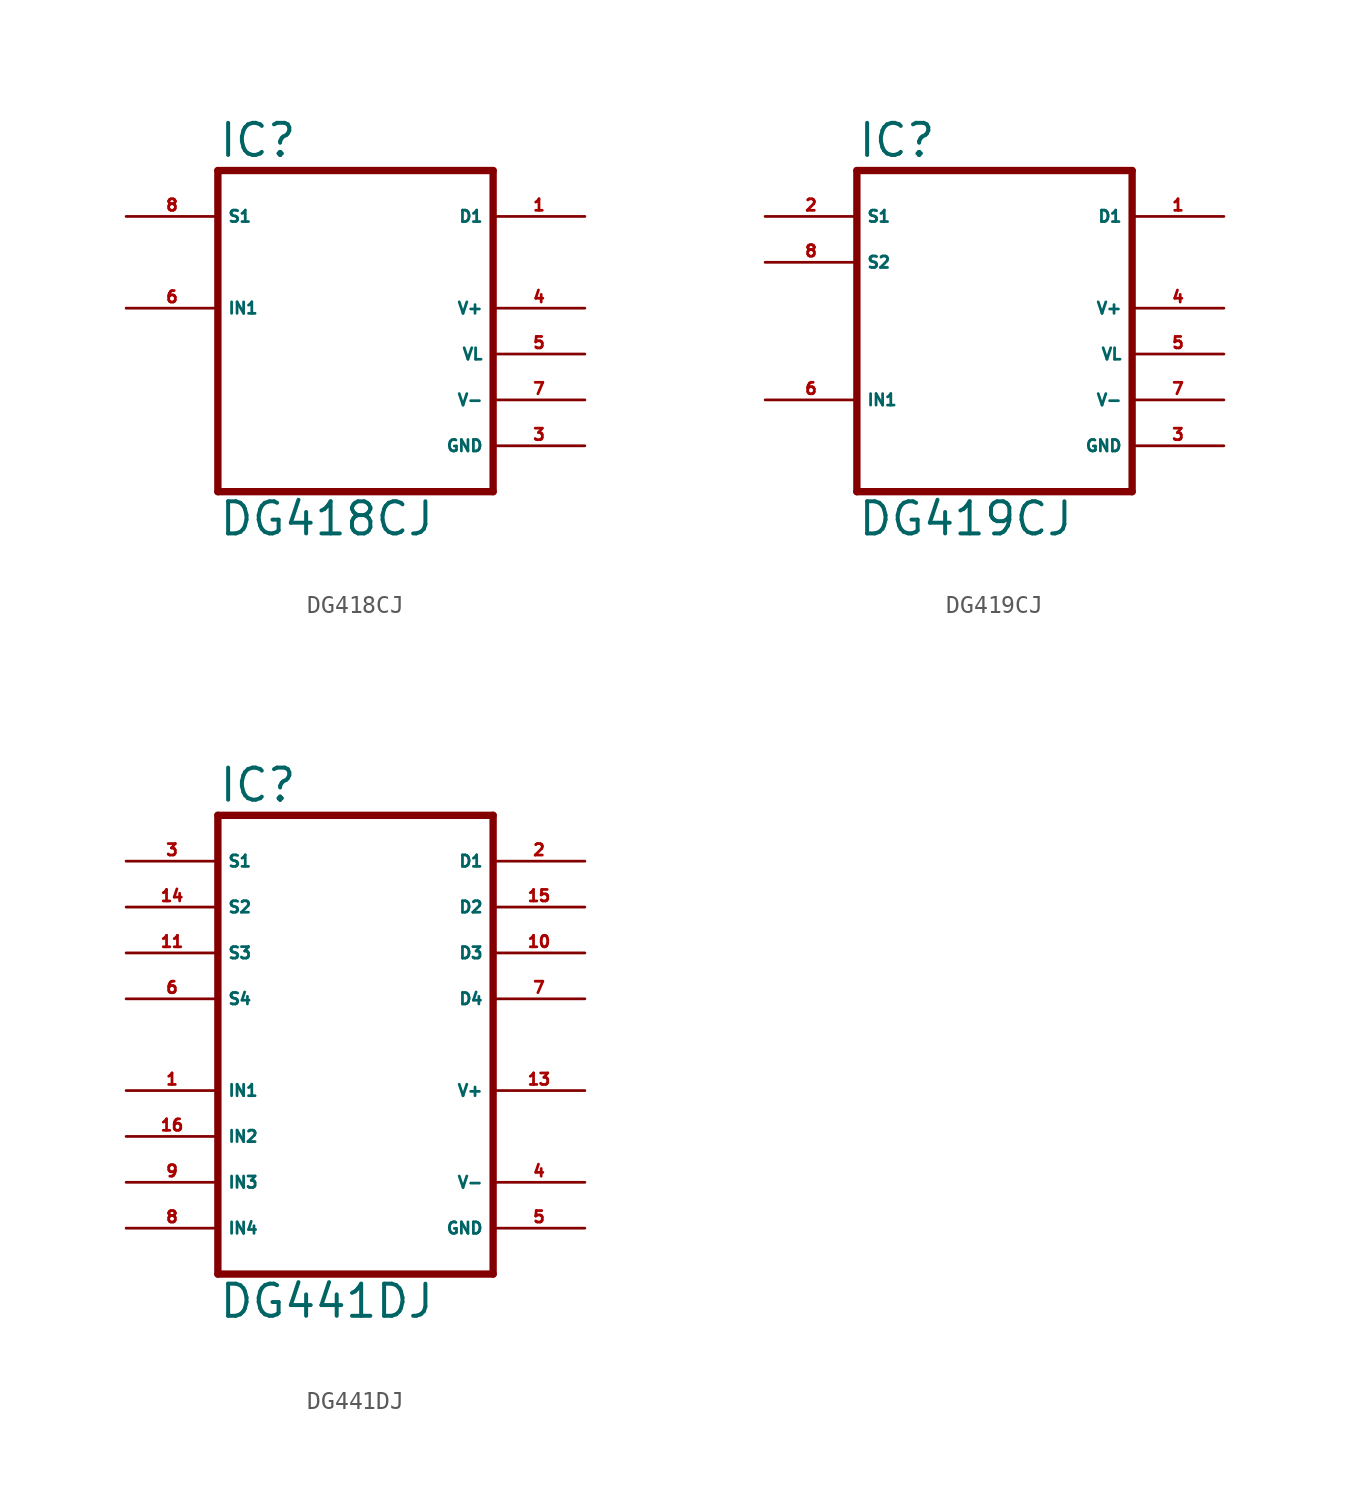
<source format=kicad_sym>
(kicad_symbol_lib
  (version 20220914)
  (generator Eagle2Kicad)
  (symbol "DG418CJ"
    (property "Reference" "IC"
      (at -7.62 8.255 0)
      (effects (font (size 1.778 1.778) (thickness 0.22)) (justify left bottom)))
    (property "Value" "DG418CJ"
      (at -7.62 -12.7 0)
      (effects (font (size 1.778 1.778) (thickness 0.22)) (justify left bottom)))
    (polyline
      (pts (xy 7.62 -10.16) (xy -7.62 -10.16))
      (stroke (width 0.406) (type default))
      (fill (type none)))
    (polyline
      (pts (xy -7.62 7.62) (xy -7.62 -10.16))
      (stroke (width 0.406) (type default))
      (fill (type none)))
    (polyline
      (pts (xy -7.62 7.62) (xy 7.62 7.62))
      (stroke (width 0.406) (type default))
      (fill (type none)))
    (polyline
      (pts (xy 7.62 -10.16) (xy 7.62 7.62))
      (stroke (width 0.406) (type default))
      (fill (type none)))
    (pin input line
      (at -12.7 0 0)
      (length 5.08)
      (name "IN1" (effects (font (size 0.635 0.635) (thickness 0.08)) (justify left bottom)))
      (number "6" (effects (font (size 0.635 0.635) (thickness 0.08)) (justify left bottom))))
    (pin passive line
      (at -12.7 5.08 0)
      (length 5.08)
      (name "S1" (effects (font (size 0.635 0.635) (thickness 0.08)) (justify left bottom)))
      (number "8" (effects (font (size 0.635 0.635) (thickness 0.08)) (justify left bottom))))
    (pin passive line
      (at 12.7 5.08 180)
      (length 5.08)
      (name "D1" (effects (font (size 0.635 0.635) (thickness 0.08)) (justify left bottom)))
      (number "1" (effects (font (size 0.635 0.635) (thickness 0.08)) (justify left bottom))))
    (pin unspecified line
      (at 12.7 -7.62 180)
      (length 5.08)
      (name "GND" (effects (font (size 0.635 0.635) (thickness 0.08)) (justify left bottom)))
      (number "3" (effects (font (size 0.635 0.635) (thickness 0.08)) (justify left bottom))))
    (pin unspecified line
      (at 12.7 -5.08 180)
      (length 5.08)
      (name "V-" (effects (font (size 0.635 0.635) (thickness 0.08)) (justify left bottom)))
      (number "7" (effects (font (size 0.635 0.635) (thickness 0.08)) (justify left bottom))))
    (pin unspecified line
      (at 12.7 0 180)
      (length 5.08)
      (name "V+" (effects (font (size 0.635 0.635) (thickness 0.08)) (justify left bottom)))
      (number "4" (effects (font (size 0.635 0.635) (thickness 0.08)) (justify left bottom))))
    (pin unspecified line
      (at 12.7 -2.54 180)
      (length 5.08)
      (name "VL" (effects (font (size 0.635 0.635) (thickness 0.08)) (justify left bottom)))
      (number "5" (effects (font (size 0.635 0.635) (thickness 0.08)) (justify left bottom)))))
  (symbol "DG419CJ"
    (property "Reference" "IC"
      (at -7.62 8.255 0)
      (effects (font (size 1.778 1.778) (thickness 0.22)) (justify left bottom)))
    (property "Value" "DG419CJ"
      (at -7.62 -12.7 0)
      (effects (font (size 1.778 1.778) (thickness 0.22)) (justify left bottom)))
    (polyline
      (pts (xy 7.62 -10.16) (xy -7.62 -10.16))
      (stroke (width 0.406) (type default))
      (fill (type none)))
    (polyline
      (pts (xy -7.62 7.62) (xy -7.62 -10.16))
      (stroke (width 0.406) (type default))
      (fill (type none)))
    (polyline
      (pts (xy -7.62 7.62) (xy 7.62 7.62))
      (stroke (width 0.406) (type default))
      (fill (type none)))
    (polyline
      (pts (xy 7.62 -10.16) (xy 7.62 7.62))
      (stroke (width 0.406) (type default))
      (fill (type none)))
    (pin input line
      (at -12.7 -5.08 0)
      (length 5.08)
      (name "IN1" (effects (font (size 0.635 0.635) (thickness 0.08)) (justify left bottom)))
      (number "6" (effects (font (size 0.635 0.635) (thickness 0.08)) (justify left bottom))))
    (pin passive line
      (at -12.7 5.08 0)
      (length 5.08)
      (name "S1" (effects (font (size 0.635 0.635) (thickness 0.08)) (justify left bottom)))
      (number "2" (effects (font (size 0.635 0.635) (thickness 0.08)) (justify left bottom))))
    (pin passive line
      (at 12.7 5.08 180)
      (length 5.08)
      (name "D1" (effects (font (size 0.635 0.635) (thickness 0.08)) (justify left bottom)))
      (number "1" (effects (font (size 0.635 0.635) (thickness 0.08)) (justify left bottom))))
    (pin unspecified line
      (at 12.7 -7.62 180)
      (length 5.08)
      (name "GND" (effects (font (size 0.635 0.635) (thickness 0.08)) (justify left bottom)))
      (number "3" (effects (font (size 0.635 0.635) (thickness 0.08)) (justify left bottom))))
    (pin unspecified line
      (at 12.7 -5.08 180)
      (length 5.08)
      (name "V-" (effects (font (size 0.635 0.635) (thickness 0.08)) (justify left bottom)))
      (number "7" (effects (font (size 0.635 0.635) (thickness 0.08)) (justify left bottom))))
    (pin unspecified line
      (at 12.7 0 180)
      (length 5.08)
      (name "V+" (effects (font (size 0.635 0.635) (thickness 0.08)) (justify left bottom)))
      (number "4" (effects (font (size 0.635 0.635) (thickness 0.08)) (justify left bottom))))
    (pin unspecified line
      (at 12.7 -2.54 180)
      (length 5.08)
      (name "VL" (effects (font (size 0.635 0.635) (thickness 0.08)) (justify left bottom)))
      (number "5" (effects (font (size 0.635 0.635) (thickness 0.08)) (justify left bottom))))
    (pin passive line
      (at -12.7 2.54 0)
      (length 5.08)
      (name "S2" (effects (font (size 0.635 0.635) (thickness 0.08)) (justify left bottom)))
      (number "8" (effects (font (size 0.635 0.635) (thickness 0.08)) (justify left bottom)))))
  (symbol "DG441DJ"
    (property "Reference" "IC"
      (at -7.62 13.335 0)
      (effects (font (size 1.778 1.778) (thickness 0.22)) (justify left bottom)))
    (property "Value" "DG441DJ"
      (at -7.62 -15.24 0)
      (effects (font (size 1.778 1.778) (thickness 0.22)) (justify left bottom)))
    (polyline
      (pts (xy 7.62 -12.7) (xy -7.62 -12.7))
      (stroke (width 0.406) (type default))
      (fill (type none)))
    (polyline
      (pts (xy -7.62 12.7) (xy -7.62 -12.7))
      (stroke (width 0.406) (type default))
      (fill (type none)))
    (polyline
      (pts (xy -7.62 12.7) (xy 7.62 12.7))
      (stroke (width 0.406) (type default))
      (fill (type none)))
    (polyline
      (pts (xy 7.62 -12.7) (xy 7.62 12.7))
      (stroke (width 0.406) (type default))
      (fill (type none)))
    (pin input line
      (at -12.7 -2.54 0)
      (length 5.08)
      (name "IN1" (effects (font (size 0.635 0.635) (thickness 0.08)) (justify left bottom)))
      (number "1" (effects (font (size 0.635 0.635) (thickness 0.08)) (justify left bottom))))
    (pin input line
      (at -12.7 -5.08 0)
      (length 5.08)
      (name "IN2" (effects (font (size 0.635 0.635) (thickness 0.08)) (justify left bottom)))
      (number "16" (effects (font (size 0.635 0.635) (thickness 0.08)) (justify left bottom))))
    (pin passive line
      (at -12.7 10.16 0)
      (length 5.08)
      (name "S1" (effects (font (size 0.635 0.635) (thickness 0.08)) (justify left bottom)))
      (number "3" (effects (font (size 0.635 0.635) (thickness 0.08)) (justify left bottom))))
    (pin passive line
      (at -12.7 7.62 0)
      (length 5.08)
      (name "S2" (effects (font (size 0.635 0.635) (thickness 0.08)) (justify left bottom)))
      (number "14" (effects (font (size 0.635 0.635) (thickness 0.08)) (justify left bottom))))
    (pin passive line
      (at -12.7 5.08 0)
      (length 5.08)
      (name "S3" (effects (font (size 0.635 0.635) (thickness 0.08)) (justify left bottom)))
      (number "11" (effects (font (size 0.635 0.635) (thickness 0.08)) (justify left bottom))))
    (pin passive line
      (at 12.7 10.16 180)
      (length 5.08)
      (name "D1" (effects (font (size 0.635 0.635) (thickness 0.08)) (justify left bottom)))
      (number "2" (effects (font (size 0.635 0.635) (thickness 0.08)) (justify left bottom))))
    (pin passive line
      (at 12.7 7.62 180)
      (length 5.08)
      (name "D2" (effects (font (size 0.635 0.635) (thickness 0.08)) (justify left bottom)))
      (number "15" (effects (font (size 0.635 0.635) (thickness 0.08)) (justify left bottom))))
    (pin passive line
      (at 12.7 5.08 180)
      (length 5.08)
      (name "D3" (effects (font (size 0.635 0.635) (thickness 0.08)) (justify left bottom)))
      (number "10" (effects (font (size 0.635 0.635) (thickness 0.08)) (justify left bottom))))
    (pin unspecified line
      (at 12.7 -10.16 180)
      (length 5.08)
      (name "GND" (effects (font (size 0.635 0.635) (thickness 0.08)) (justify left bottom)))
      (number "5" (effects (font (size 0.635 0.635) (thickness 0.08)) (justify left bottom))))
    (pin unspecified line
      (at 12.7 -7.62 180)
      (length 5.08)
      (name "V-" (effects (font (size 0.635 0.635) (thickness 0.08)) (justify left bottom)))
      (number "4" (effects (font (size 0.635 0.635) (thickness 0.08)) (justify left bottom))))
    (pin unspecified line
      (at 12.7 -2.54 180)
      (length 5.08)
      (name "V+" (effects (font (size 0.635 0.635) (thickness 0.08)) (justify left bottom)))
      (number "13" (effects (font (size 0.635 0.635) (thickness 0.08)) (justify left bottom))))
    (pin passive line
      (at 12.7 2.54 180)
      (length 5.08)
      (name "D4" (effects (font (size 0.635 0.635) (thickness 0.08)) (justify left bottom)))
      (number "7" (effects (font (size 0.635 0.635) (thickness 0.08)) (justify left bottom))))
    (pin passive line
      (at -12.7 2.54 0)
      (length 5.08)
      (name "S4" (effects (font (size 0.635 0.635) (thickness 0.08)) (justify left bottom)))
      (number "6" (effects (font (size 0.635 0.635) (thickness 0.08)) (justify left bottom))))
    (pin input line
      (at -12.7 -7.62 0)
      (length 5.08)
      (name "IN3" (effects (font (size 0.635 0.635) (thickness 0.08)) (justify left bottom)))
      (number "9" (effects (font (size 0.635 0.635) (thickness 0.08)) (justify left bottom))))
    (pin input line
      (at -12.7 -10.16 0)
      (length 5.08)
      (name "IN4" (effects (font (size 0.635 0.635) (thickness 0.08)) (justify left bottom)))
      (number "8" (effects (font (size 0.635 0.635) (thickness 0.08)) (justify left bottom))))))
</source>
